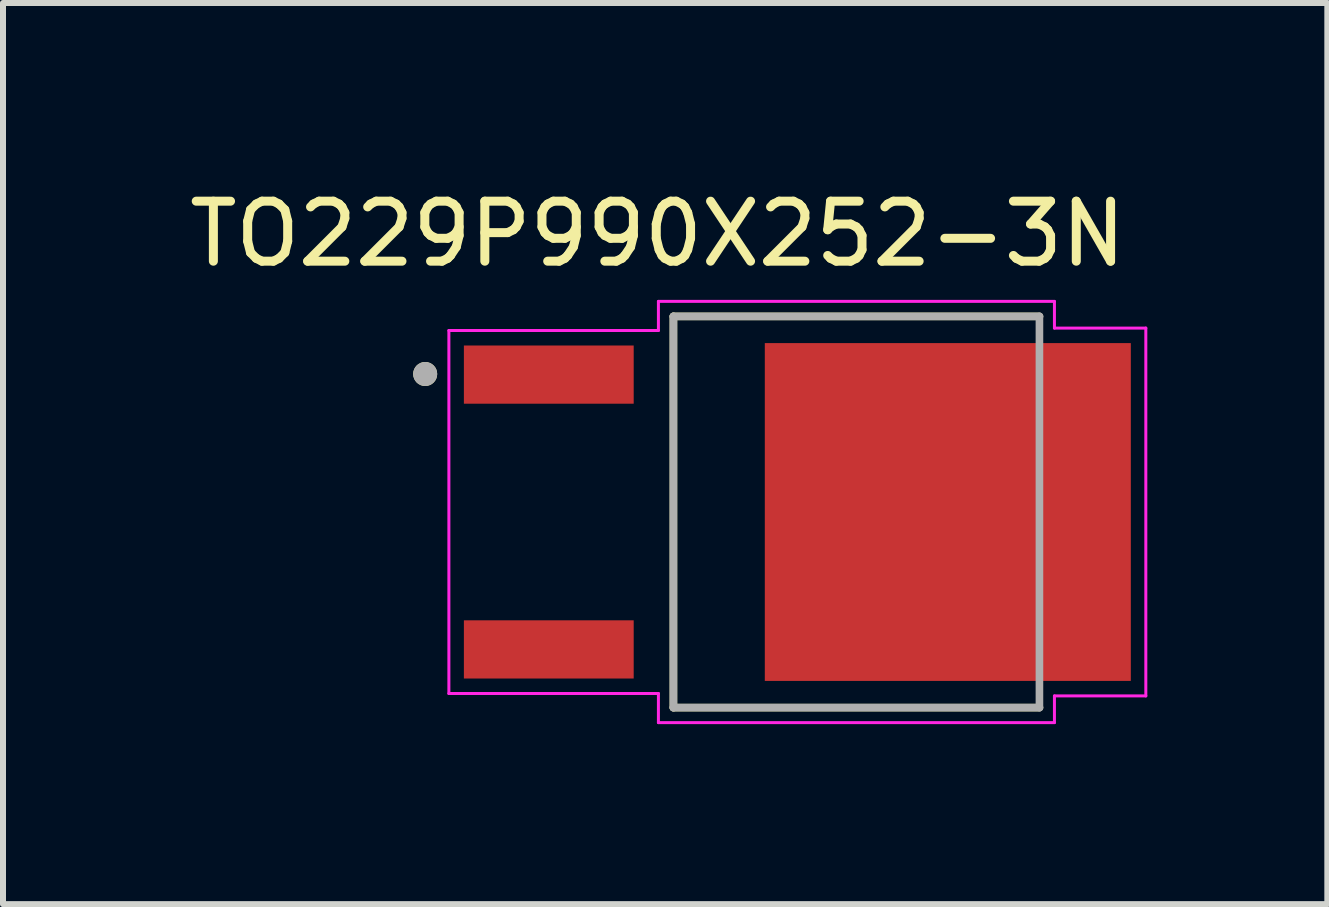
<source format=kicad_pcb>
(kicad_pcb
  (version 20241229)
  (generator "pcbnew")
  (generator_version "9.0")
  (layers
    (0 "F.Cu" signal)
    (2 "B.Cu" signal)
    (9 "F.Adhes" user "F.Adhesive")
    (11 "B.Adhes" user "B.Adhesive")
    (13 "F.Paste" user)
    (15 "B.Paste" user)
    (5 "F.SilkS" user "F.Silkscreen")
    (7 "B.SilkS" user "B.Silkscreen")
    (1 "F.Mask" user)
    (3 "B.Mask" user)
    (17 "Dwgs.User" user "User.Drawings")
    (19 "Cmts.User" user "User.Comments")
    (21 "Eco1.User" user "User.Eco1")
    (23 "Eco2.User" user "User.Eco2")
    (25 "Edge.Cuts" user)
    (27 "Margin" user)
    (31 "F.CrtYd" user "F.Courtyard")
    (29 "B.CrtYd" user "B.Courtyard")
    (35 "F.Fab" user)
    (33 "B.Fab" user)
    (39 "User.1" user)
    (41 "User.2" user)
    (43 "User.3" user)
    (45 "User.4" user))
  (footprint "TO229P990X252-3N"
    (layer "F.Cu")
    (at 10.236 5.483)
    (property "Reference" "TO229P990X252-3N" (at -2.325 -4.635 0) (layer "F.SilkS") (effects (font (size 1 1) (thickness 0.15))))
    (attr through_hole)
    (fp_line (start -2.063 -3.26) (end -2.063 3.26) (stroke (width 0.127) (type solid)) (layer "F.SilkS"))
    (fp_line (start -2.063 3.26) (end 4.037 3.26) (stroke (width 0.127) (type solid)) (layer "F.SilkS"))
    (fp_line (start 4.037 -3.26) (end -2.063 -3.26) (stroke (width 0.127) (type solid)) (layer "F.SilkS"))
    (fp_circle (center -6.2 -2.3) (end -6.1 -2.3) (stroke (width 0.2) (type solid)) (fill no) (layer "F.SilkS"))
    (fp_poly (pts (xy -0.19 -2.28) (xy 1.13 -2.28) (xy 1.13 -0.54) (xy -0.19 -0.54)) (stroke (width 0.01) (type solid)) (fill yes) (layer "F.Paste"))
    (fp_poly (pts (xy -0.19 0.54) (xy 1.13 0.54) (xy 1.13 2.28) (xy -0.19 2.28)) (stroke (width 0.01) (type solid)) (fill yes) (layer "F.Paste"))
    (fp_poly (pts (xy 1.85 -2.28) (xy 3.17 -2.28) (xy 3.17 -0.54) (xy 1.85 -0.54)) (stroke (width 0.01) (type solid)) (fill yes) (layer "F.Paste"))
    (fp_poly (pts (xy 1.85 0.54) (xy 3.17 0.54) (xy 3.17 2.28) (xy 1.85 2.28)) (stroke (width 0.01) (type solid)) (fill yes) (layer "F.Paste"))
    (fp_poly (pts (xy 3.89 -2.28) (xy 5.21 -2.28) (xy 5.21 -0.54) (xy 3.89 -0.54)) (stroke (width 0.01) (type solid)) (fill yes) (layer "F.Paste"))
    (fp_poly (pts (xy 3.89 0.54) (xy 5.21 0.54) (xy 5.21 2.28) (xy 3.89 2.28)) (stroke (width 0.01) (type solid)) (fill yes) (layer "F.Paste"))
    (fp_line (start -5.805 -3.025) (end -5.805 3.025) (stroke (width 0.05) (type solid)) (layer "F.CrtYd"))
    (fp_line (start -5.805 3.025) (end -2.313 3.025) (stroke (width 0.05) (type solid)) (layer "F.CrtYd"))
    (fp_line (start -2.313 -3.51) (end -2.313 -3.025) (stroke (width 0.05) (type solid)) (layer "F.CrtYd"))
    (fp_line (start -2.313 -3.025) (end -5.805 -3.025) (stroke (width 0.05) (type solid)) (layer "F.CrtYd"))
    (fp_line (start -2.313 3.025) (end -2.313 3.51) (stroke (width 0.05) (type solid)) (layer "F.CrtYd"))
    (fp_line (start -2.313 3.51) (end 4.287 3.51) (stroke (width 0.05) (type solid)) (layer "F.CrtYd"))
    (fp_line (start 4.287 -3.51) (end -2.313 -3.51) (stroke (width 0.05) (type solid)) (layer "F.CrtYd"))
    (fp_line (start 4.287 -3.065) (end 4.287 -3.51) (stroke (width 0.05) (type solid)) (layer "F.CrtYd"))
    (fp_line (start 4.287 3.065) (end 5.81 3.065) (stroke (width 0.05) (type solid)) (layer "F.CrtYd"))
    (fp_line (start 4.287 3.51) (end 4.287 3.065) (stroke (width 0.05) (type solid)) (layer "F.CrtYd"))
    (fp_line (start 5.81 -3.065) (end 4.287 -3.065) (stroke (width 0.05) (type solid)) (layer "F.CrtYd"))
    (fp_line (start 5.81 3.065) (end 5.81 -3.065) (stroke (width 0.05) (type solid)) (layer "F.CrtYd"))
    (fp_line (start -2.063 -3.26) (end -2.063 3.26) (stroke (width 0.127) (type solid)) (layer "F.Fab"))
    (fp_line (start -2.063 3.26) (end 4.037 3.26) (stroke (width 0.127) (type solid)) (layer "F.Fab"))
    (fp_line (start 4.037 -3.26) (end -2.063 -3.26) (stroke (width 0.127) (type solid)) (layer "F.Fab"))
    (fp_line (start 4.037 3.26) (end 4.037 -3.26) (stroke (width 0.127) (type solid)) (layer "F.Fab"))
    (fp_circle (center -6.2 -2.3) (end -6.1 -2.3) (stroke (width 0.2) (type solid)) (fill no) (layer "F.Fab"))
    (pad "1" smd rect (at -4.14 -2.29) (size 2.83 0.97) (layers "F.Cu" "F.Mask" "F.Paste"))
    (pad "3" smd rect (at -4.14 2.29) (size 2.83 0.97) (layers "F.Cu" "F.Mask" "F.Paste"))
    (pad "4" smd rect (at 2.51 0) (size 6.1 5.63) (layers "F.Cu" "F.Mask")))
  (gr_rect
    (start -3 -3)
    (end 19.071 12.018)
    (stroke (width 0.1) (type default))
    (fill no)
    (layer "Edge.Cuts")))
</source>
